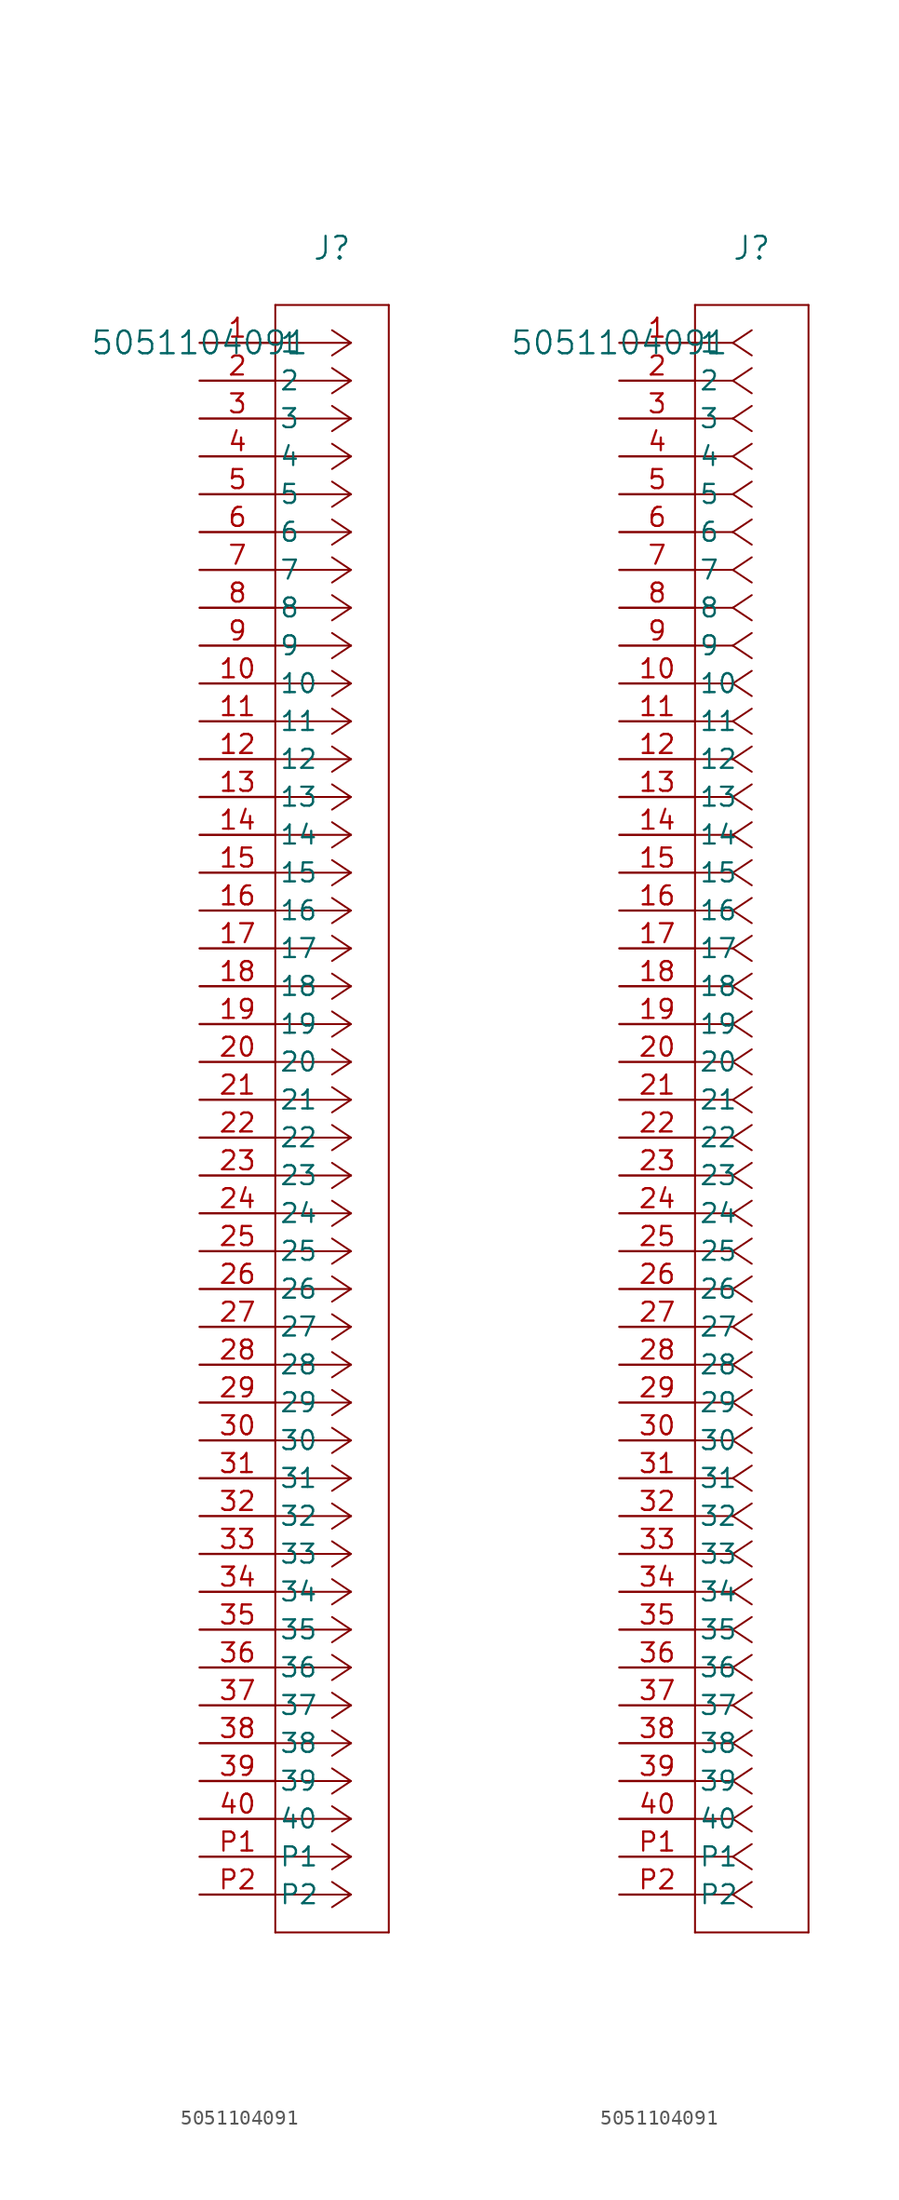
<source format=kicad_sym>
(kicad_symbol_lib
  (version 20211014)
  (generator kicad_symbol_editor)
  (symbol "5051104091"
    (pin_names
      (offset 0.254))
    (property "Reference" "J"
      (at 8.89 6.35 0)
      (effects (font (size 1.524 1.524))))
    (property "Value" "5051104091"
      (at 0 0 0)
      (effects (font (size 1.524 1.524))))
    (symbol "5051104091_1_1"
      (polyline (pts (xy 10.16 0) (xy 5.08 0)) (stroke (width 0.127) (type default) (color 0 0 0 0)) (fill (type none)))
      (polyline (pts (xy 10.16 -2.54) (xy 5.08 -2.54)) (stroke (width 0.127) (type default) (color 0 0 0 0)) (fill (type none)))
      (polyline (pts (xy 10.16 -5.08) (xy 5.08 -5.08)) (stroke (width 0.127) (type default) (color 0 0 0 0)) (fill (type none)))
      (polyline (pts (xy 10.16 -7.62) (xy 5.08 -7.62)) (stroke (width 0.127) (type default) (color 0 0 0 0)) (fill (type none)))
      (polyline (pts (xy 10.16 -10.16) (xy 5.08 -10.16)) (stroke (width 0.127) (type default) (color 0 0 0 0)) (fill (type none)))
      (polyline (pts (xy 10.16 -12.7) (xy 5.08 -12.7)) (stroke (width 0.127) (type default) (color 0 0 0 0)) (fill (type none)))
      (polyline (pts (xy 10.16 -15.24) (xy 5.08 -15.24)) (stroke (width 0.127) (type default) (color 0 0 0 0)) (fill (type none)))
      (polyline (pts (xy 10.16 -17.78) (xy 5.08 -17.78)) (stroke (width 0.127) (type default) (color 0 0 0 0)) (fill (type none)))
      (polyline (pts (xy 10.16 -20.32) (xy 5.08 -20.32)) (stroke (width 0.127) (type default) (color 0 0 0 0)) (fill (type none)))
      (polyline (pts (xy 10.16 -22.86) (xy 5.08 -22.86)) (stroke (width 0.127) (type default) (color 0 0 0 0)) (fill (type none)))
      (polyline (pts (xy 10.16 -25.4) (xy 5.08 -25.4)) (stroke (width 0.127) (type default) (color 0 0 0 0)) (fill (type none)))
      (polyline (pts (xy 10.16 -27.94) (xy 5.08 -27.94)) (stroke (width 0.127) (type default) (color 0 0 0 0)) (fill (type none)))
      (polyline (pts (xy 10.16 -30.48) (xy 5.08 -30.48)) (stroke (width 0.127) (type default) (color 0 0 0 0)) (fill (type none)))
      (polyline (pts (xy 10.16 -33.02) (xy 5.08 -33.02)) (stroke (width 0.127) (type default) (color 0 0 0 0)) (fill (type none)))
      (polyline (pts (xy 10.16 -35.56) (xy 5.08 -35.56)) (stroke (width 0.127) (type default) (color 0 0 0 0)) (fill (type none)))
      (polyline (pts (xy 10.16 -38.1) (xy 5.08 -38.1)) (stroke (width 0.127) (type default) (color 0 0 0 0)) (fill (type none)))
      (polyline (pts (xy 10.16 -40.64) (xy 5.08 -40.64)) (stroke (width 0.127) (type default) (color 0 0 0 0)) (fill (type none)))
      (polyline (pts (xy 10.16 -43.18) (xy 5.08 -43.18)) (stroke (width 0.127) (type default) (color 0 0 0 0)) (fill (type none)))
      (polyline (pts (xy 10.16 -45.72) (xy 5.08 -45.72)) (stroke (width 0.127) (type default) (color 0 0 0 0)) (fill (type none)))
      (polyline (pts (xy 10.16 -48.26) (xy 5.08 -48.26)) (stroke (width 0.127) (type default) (color 0 0 0 0)) (fill (type none)))
      (polyline (pts (xy 10.16 -50.8) (xy 5.08 -50.8)) (stroke (width 0.127) (type default) (color 0 0 0 0)) (fill (type none)))
      (polyline (pts (xy 10.16 -53.34) (xy 5.08 -53.34)) (stroke (width 0.127) (type default) (color 0 0 0 0)) (fill (type none)))
      (polyline (pts (xy 10.16 -55.88) (xy 5.08 -55.88)) (stroke (width 0.127) (type default) (color 0 0 0 0)) (fill (type none)))
      (polyline (pts (xy 10.16 -58.42) (xy 5.08 -58.42)) (stroke (width 0.127) (type default) (color 0 0 0 0)) (fill (type none)))
      (polyline (pts (xy 10.16 -60.96) (xy 5.08 -60.96)) (stroke (width 0.127) (type default) (color 0 0 0 0)) (fill (type none)))
      (polyline (pts (xy 10.16 -63.5) (xy 5.08 -63.5)) (stroke (width 0.127) (type default) (color 0 0 0 0)) (fill (type none)))
      (polyline (pts (xy 10.16 -66.04) (xy 5.08 -66.04)) (stroke (width 0.127) (type default) (color 0 0 0 0)) (fill (type none)))
      (polyline (pts (xy 10.16 -68.58) (xy 5.08 -68.58)) (stroke (width 0.127) (type default) (color 0 0 0 0)) (fill (type none)))
      (polyline (pts (xy 10.16 -71.12) (xy 5.08 -71.12)) (stroke (width 0.127) (type default) (color 0 0 0 0)) (fill (type none)))
      (polyline (pts (xy 10.16 -73.66) (xy 5.08 -73.66)) (stroke (width 0.127) (type default) (color 0 0 0 0)) (fill (type none)))
      (polyline (pts (xy 10.16 -76.2) (xy 5.08 -76.2)) (stroke (width 0.127) (type default) (color 0 0 0 0)) (fill (type none)))
      (polyline (pts (xy 10.16 -78.74) (xy 5.08 -78.74)) (stroke (width 0.127) (type default) (color 0 0 0 0)) (fill (type none)))
      (polyline (pts (xy 10.16 -81.28) (xy 5.08 -81.28)) (stroke (width 0.127) (type default) (color 0 0 0 0)) (fill (type none)))
      (polyline (pts (xy 10.16 -83.82) (xy 5.08 -83.82)) (stroke (width 0.127) (type default) (color 0 0 0 0)) (fill (type none)))
      (polyline (pts (xy 10.16 -86.36) (xy 5.08 -86.36)) (stroke (width 0.127) (type default) (color 0 0 0 0)) (fill (type none)))
      (polyline (pts (xy 10.16 -88.9) (xy 5.08 -88.9)) (stroke (width 0.127) (type default) (color 0 0 0 0)) (fill (type none)))
      (polyline (pts (xy 10.16 -91.44) (xy 5.08 -91.44)) (stroke (width 0.127) (type default) (color 0 0 0 0)) (fill (type none)))
      (polyline (pts (xy 10.16 -93.98) (xy 5.08 -93.98)) (stroke (width 0.127) (type default) (color 0 0 0 0)) (fill (type none)))
      (polyline (pts (xy 10.16 -96.52) (xy 5.08 -96.52)) (stroke (width 0.127) (type default) (color 0 0 0 0)) (fill (type none)))
      (polyline (pts (xy 10.16 -99.06) (xy 5.08 -99.06)) (stroke (width 0.127) (type default) (color 0 0 0 0)) (fill (type none)))
      (polyline (pts (xy 10.16 -101.6) (xy 5.08 -101.6)) (stroke (width 0.127) (type default) (color 0 0 0 0)) (fill (type none)))
      (polyline (pts (xy 10.16 -104.14) (xy 5.08 -104.14)) (stroke (width 0.127) (type default) (color 0 0 0 0)) (fill (type none)))
      (polyline (pts (xy 10.16 0) (xy 8.89 0.847)) (stroke (width 0.127) (type default) (color 0 0 0 0)) (fill (type none)))
      (polyline (pts (xy 10.16 -2.54) (xy 8.89 -1.693)) (stroke (width 0.127) (type default) (color 0 0 0 0)) (fill (type none)))
      (polyline (pts (xy 10.16 -5.08) (xy 8.89 -4.233)) (stroke (width 0.127) (type default) (color 0 0 0 0)) (fill (type none)))
      (polyline (pts (xy 10.16 -7.62) (xy 8.89 -6.773)) (stroke (width 0.127) (type default) (color 0 0 0 0)) (fill (type none)))
      (polyline (pts (xy 10.16 -10.16) (xy 8.89 -9.313)) (stroke (width 0.127) (type default) (color 0 0 0 0)) (fill (type none)))
      (polyline (pts (xy 10.16 -12.7) (xy 8.89 -11.853)) (stroke (width 0.127) (type default) (color 0 0 0 0)) (fill (type none)))
      (polyline (pts (xy 10.16 -15.24) (xy 8.89 -14.393)) (stroke (width 0.127) (type default) (color 0 0 0 0)) (fill (type none)))
      (polyline (pts (xy 10.16 -17.78) (xy 8.89 -16.933)) (stroke (width 0.127) (type default) (color 0 0 0 0)) (fill (type none)))
      (polyline (pts (xy 10.16 -20.32) (xy 8.89 -19.473)) (stroke (width 0.127) (type default) (color 0 0 0 0)) (fill (type none)))
      (polyline (pts (xy 10.16 -22.86) (xy 8.89 -22.013)) (stroke (width 0.127) (type default) (color 0 0 0 0)) (fill (type none)))
      (polyline (pts (xy 10.16 -25.4) (xy 8.89 -24.553)) (stroke (width 0.127) (type default) (color 0 0 0 0)) (fill (type none)))
      (polyline (pts (xy 10.16 -27.94) (xy 8.89 -27.093)) (stroke (width 0.127) (type default) (color 0 0 0 0)) (fill (type none)))
      (polyline (pts (xy 10.16 -30.48) (xy 8.89 -29.633)) (stroke (width 0.127) (type default) (color 0 0 0 0)) (fill (type none)))
      (polyline (pts (xy 10.16 -33.02) (xy 8.89 -32.173)) (stroke (width 0.127) (type default) (color 0 0 0 0)) (fill (type none)))
      (polyline (pts (xy 10.16 -35.56) (xy 8.89 -34.713)) (stroke (width 0.127) (type default) (color 0 0 0 0)) (fill (type none)))
      (polyline (pts (xy 10.16 -38.1) (xy 8.89 -37.253)) (stroke (width 0.127) (type default) (color 0 0 0 0)) (fill (type none)))
      (polyline (pts (xy 10.16 -40.64) (xy 8.89 -39.793)) (stroke (width 0.127) (type default) (color 0 0 0 0)) (fill (type none)))
      (polyline (pts (xy 10.16 -43.18) (xy 8.89 -42.333)) (stroke (width 0.127) (type default) (color 0 0 0 0)) (fill (type none)))
      (polyline (pts (xy 10.16 -45.72) (xy 8.89 -44.873)) (stroke (width 0.127) (type default) (color 0 0 0 0)) (fill (type none)))
      (polyline (pts (xy 10.16 -48.26) (xy 8.89 -47.413)) (stroke (width 0.127) (type default) (color 0 0 0 0)) (fill (type none)))
      (polyline (pts (xy 10.16 -50.8) (xy 8.89 -49.953)) (stroke (width 0.127) (type default) (color 0 0 0 0)) (fill (type none)))
      (polyline (pts (xy 10.16 -53.34) (xy 8.89 -52.493)) (stroke (width 0.127) (type default) (color 0 0 0 0)) (fill (type none)))
      (polyline (pts (xy 10.16 -55.88) (xy 8.89 -55.033)) (stroke (width 0.127) (type default) (color 0 0 0 0)) (fill (type none)))
      (polyline (pts (xy 10.16 -58.42) (xy 8.89 -57.573)) (stroke (width 0.127) (type default) (color 0 0 0 0)) (fill (type none)))
      (polyline (pts (xy 10.16 -60.96) (xy 8.89 -60.113)) (stroke (width 0.127) (type default) (color 0 0 0 0)) (fill (type none)))
      (polyline (pts (xy 10.16 -63.5) (xy 8.89 -62.653)) (stroke (width 0.127) (type default) (color 0 0 0 0)) (fill (type none)))
      (polyline (pts (xy 10.16 -66.04) (xy 8.89 -65.193)) (stroke (width 0.127) (type default) (color 0 0 0 0)) (fill (type none)))
      (polyline (pts (xy 10.16 -68.58) (xy 8.89 -67.733)) (stroke (width 0.127) (type default) (color 0 0 0 0)) (fill (type none)))
      (polyline (pts (xy 10.16 -71.12) (xy 8.89 -70.273)) (stroke (width 0.127) (type default) (color 0 0 0 0)) (fill (type none)))
      (polyline (pts (xy 10.16 -73.66) (xy 8.89 -72.813)) (stroke (width 0.127) (type default) (color 0 0 0 0)) (fill (type none)))
      (polyline (pts (xy 10.16 -76.2) (xy 8.89 -75.353)) (stroke (width 0.127) (type default) (color 0 0 0 0)) (fill (type none)))
      (polyline (pts (xy 10.16 -78.74) (xy 8.89 -77.893)) (stroke (width 0.127) (type default) (color 0 0 0 0)) (fill (type none)))
      (polyline (pts (xy 10.16 -81.28) (xy 8.89 -80.433)) (stroke (width 0.127) (type default) (color 0 0 0 0)) (fill (type none)))
      (polyline (pts (xy 10.16 -83.82) (xy 8.89 -82.973)) (stroke (width 0.127) (type default) (color 0 0 0 0)) (fill (type none)))
      (polyline (pts (xy 10.16 -86.36) (xy 8.89 -85.513)) (stroke (width 0.127) (type default) (color 0 0 0 0)) (fill (type none)))
      (polyline (pts (xy 10.16 -88.9) (xy 8.89 -88.053)) (stroke (width 0.127) (type default) (color 0 0 0 0)) (fill (type none)))
      (polyline (pts (xy 10.16 -91.44) (xy 8.89 -90.593)) (stroke (width 0.127) (type default) (color 0 0 0 0)) (fill (type none)))
      (polyline (pts (xy 10.16 -93.98) (xy 8.89 -93.133)) (stroke (width 0.127) (type default) (color 0 0 0 0)) (fill (type none)))
      (polyline (pts (xy 10.16 -96.52) (xy 8.89 -95.673)) (stroke (width 0.127) (type default) (color 0 0 0 0)) (fill (type none)))
      (polyline (pts (xy 10.16 -99.06) (xy 8.89 -98.213)) (stroke (width 0.127) (type default) (color 0 0 0 0)) (fill (type none)))
      (polyline (pts (xy 10.16 -101.6) (xy 8.89 -100.753)) (stroke (width 0.127) (type default) (color 0 0 0 0)) (fill (type none)))
      (polyline (pts (xy 10.16 -104.14) (xy 8.89 -103.293)) (stroke (width 0.127) (type default) (color 0 0 0 0)) (fill (type none)))
      (polyline (pts (xy 10.16 0) (xy 8.89 -0.847)) (stroke (width 0.127) (type default) (color 0 0 0 0)) (fill (type none)))
      (polyline (pts (xy 10.16 -2.54) (xy 8.89 -3.387)) (stroke (width 0.127) (type default) (color 0 0 0 0)) (fill (type none)))
      (polyline (pts (xy 10.16 -5.08) (xy 8.89 -5.927)) (stroke (width 0.127) (type default) (color 0 0 0 0)) (fill (type none)))
      (polyline (pts (xy 10.16 -7.62) (xy 8.89 -8.467)) (stroke (width 0.127) (type default) (color 0 0 0 0)) (fill (type none)))
      (polyline (pts (xy 10.16 -10.16) (xy 8.89 -11.007)) (stroke (width 0.127) (type default) (color 0 0 0 0)) (fill (type none)))
      (polyline (pts (xy 10.16 -12.7) (xy 8.89 -13.547)) (stroke (width 0.127) (type default) (color 0 0 0 0)) (fill (type none)))
      (polyline (pts (xy 10.16 -15.24) (xy 8.89 -16.087)) (stroke (width 0.127) (type default) (color 0 0 0 0)) (fill (type none)))
      (polyline (pts (xy 10.16 -17.78) (xy 8.89 -18.627)) (stroke (width 0.127) (type default) (color 0 0 0 0)) (fill (type none)))
      (polyline (pts (xy 10.16 -20.32) (xy 8.89 -21.167)) (stroke (width 0.127) (type default) (color 0 0 0 0)) (fill (type none)))
      (polyline (pts (xy 10.16 -22.86) (xy 8.89 -23.707)) (stroke (width 0.127) (type default) (color 0 0 0 0)) (fill (type none)))
      (polyline (pts (xy 10.16 -25.4) (xy 8.89 -26.247)) (stroke (width 0.127) (type default) (color 0 0 0 0)) (fill (type none)))
      (polyline (pts (xy 10.16 -27.94) (xy 8.89 -28.787)) (stroke (width 0.127) (type default) (color 0 0 0 0)) (fill (type none)))
      (polyline (pts (xy 10.16 -30.48) (xy 8.89 -31.327)) (stroke (width 0.127) (type default) (color 0 0 0 0)) (fill (type none)))
      (polyline (pts (xy 10.16 -33.02) (xy 8.89 -33.867)) (stroke (width 0.127) (type default) (color 0 0 0 0)) (fill (type none)))
      (polyline (pts (xy 10.16 -35.56) (xy 8.89 -36.407)) (stroke (width 0.127) (type default) (color 0 0 0 0)) (fill (type none)))
      (polyline (pts (xy 10.16 -38.1) (xy 8.89 -38.947)) (stroke (width 0.127) (type default) (color 0 0 0 0)) (fill (type none)))
      (polyline (pts (xy 10.16 -40.64) (xy 8.89 -41.487)) (stroke (width 0.127) (type default) (color 0 0 0 0)) (fill (type none)))
      (polyline (pts (xy 10.16 -43.18) (xy 8.89 -44.027)) (stroke (width 0.127) (type default) (color 0 0 0 0)) (fill (type none)))
      (polyline (pts (xy 10.16 -45.72) (xy 8.89 -46.567)) (stroke (width 0.127) (type default) (color 0 0 0 0)) (fill (type none)))
      (polyline (pts (xy 10.16 -48.26) (xy 8.89 -49.107)) (stroke (width 0.127) (type default) (color 0 0 0 0)) (fill (type none)))
      (polyline (pts (xy 10.16 -50.8) (xy 8.89 -51.647)) (stroke (width 0.127) (type default) (color 0 0 0 0)) (fill (type none)))
      (polyline (pts (xy 10.16 -53.34) (xy 8.89 -54.187)) (stroke (width 0.127) (type default) (color 0 0 0 0)) (fill (type none)))
      (polyline (pts (xy 10.16 -55.88) (xy 8.89 -56.727)) (stroke (width 0.127) (type default) (color 0 0 0 0)) (fill (type none)))
      (polyline (pts (xy 10.16 -58.42) (xy 8.89 -59.267)) (stroke (width 0.127) (type default) (color 0 0 0 0)) (fill (type none)))
      (polyline (pts (xy 10.16 -60.96) (xy 8.89 -61.807)) (stroke (width 0.127) (type default) (color 0 0 0 0)) (fill (type none)))
      (polyline (pts (xy 10.16 -63.5) (xy 8.89 -64.347)) (stroke (width 0.127) (type default) (color 0 0 0 0)) (fill (type none)))
      (polyline (pts (xy 10.16 -66.04) (xy 8.89 -66.887)) (stroke (width 0.127) (type default) (color 0 0 0 0)) (fill (type none)))
      (polyline (pts (xy 10.16 -68.58) (xy 8.89 -69.427)) (stroke (width 0.127) (type default) (color 0 0 0 0)) (fill (type none)))
      (polyline (pts (xy 10.16 -71.12) (xy 8.89 -71.967)) (stroke (width 0.127) (type default) (color 0 0 0 0)) (fill (type none)))
      (polyline (pts (xy 10.16 -73.66) (xy 8.89 -74.507)) (stroke (width 0.127) (type default) (color 0 0 0 0)) (fill (type none)))
      (polyline (pts (xy 10.16 -76.2) (xy 8.89 -77.047)) (stroke (width 0.127) (type default) (color 0 0 0 0)) (fill (type none)))
      (polyline (pts (xy 10.16 -78.74) (xy 8.89 -79.587)) (stroke (width 0.127) (type default) (color 0 0 0 0)) (fill (type none)))
      (polyline (pts (xy 10.16 -81.28) (xy 8.89 -82.127)) (stroke (width 0.127) (type default) (color 0 0 0 0)) (fill (type none)))
      (polyline (pts (xy 10.16 -83.82) (xy 8.89 -84.667)) (stroke (width 0.127) (type default) (color 0 0 0 0)) (fill (type none)))
      (polyline (pts (xy 10.16 -86.36) (xy 8.89 -87.207)) (stroke (width 0.127) (type default) (color 0 0 0 0)) (fill (type none)))
      (polyline (pts (xy 10.16 -88.9) (xy 8.89 -89.747)) (stroke (width 0.127) (type default) (color 0 0 0 0)) (fill (type none)))
      (polyline (pts (xy 10.16 -91.44) (xy 8.89 -92.287)) (stroke (width 0.127) (type default) (color 0 0 0 0)) (fill (type none)))
      (polyline (pts (xy 10.16 -93.98) (xy 8.89 -94.827)) (stroke (width 0.127) (type default) (color 0 0 0 0)) (fill (type none)))
      (polyline (pts (xy 10.16 -96.52) (xy 8.89 -97.367)) (stroke (width 0.127) (type default) (color 0 0 0 0)) (fill (type none)))
      (polyline (pts (xy 10.16 -99.06) (xy 8.89 -99.907)) (stroke (width 0.127) (type default) (color 0 0 0 0)) (fill (type none)))
      (polyline (pts (xy 10.16 -101.6) (xy 8.89 -102.447)) (stroke (width 0.127) (type default) (color 0 0 0 0)) (fill (type none)))
      (polyline (pts (xy 10.16 -104.14) (xy 8.89 -104.987)) (stroke (width 0.127) (type default) (color 0 0 0 0)) (fill (type none)))
      (polyline (pts (xy 5.08 2.54) (xy 5.08 -106.68)) (stroke (width 0.127) (type default) (color 0 0 0 0)) (fill (type none)))
      (polyline (pts (xy 5.08 -106.68) (xy 12.7 -106.68)) (stroke (width 0.127) (type default) (color 0 0 0 0)) (fill (type none)))
      (polyline (pts (xy 12.7 -106.68) (xy 12.7 2.54)) (stroke (width 0.127) (type default) (color 0 0 0 0)) (fill (type none)))
      (polyline (pts (xy 12.7 2.54) (xy 5.08 2.54)) (stroke (width 0.127) (type default) (color 0 0 0 0)) (fill (type none)))
      (pin unspecified line (at 0 0 0) (length 5.08) (name "1" (effects (font (size 1.27 1.27)))) (number "1" (effects (font (size 1.27 1.27)))))
      (pin unspecified line (at 0 -2.54 0) (length 5.08) (name "2" (effects (font (size 1.27 1.27)))) (number "2" (effects (font (size 1.27 1.27)))))
      (pin unspecified line (at 0 -5.08 0) (length 5.08) (name "3" (effects (font (size 1.27 1.27)))) (number "3" (effects (font (size 1.27 1.27)))))
      (pin unspecified line (at 0 -7.62 0) (length 5.08) (name "4" (effects (font (size 1.27 1.27)))) (number "4" (effects (font (size 1.27 1.27)))))
      (pin unspecified line (at 0 -10.16 0) (length 5.08) (name "5" (effects (font (size 1.27 1.27)))) (number "5" (effects (font (size 1.27 1.27)))))
      (pin unspecified line (at 0 -12.7 0) (length 5.08) (name "6" (effects (font (size 1.27 1.27)))) (number "6" (effects (font (size 1.27 1.27)))))
      (pin unspecified line (at 0 -15.24 0) (length 5.08) (name "7" (effects (font (size 1.27 1.27)))) (number "7" (effects (font (size 1.27 1.27)))))
      (pin unspecified line (at 0 -17.78 0) (length 5.08) (name "8" (effects (font (size 1.27 1.27)))) (number "8" (effects (font (size 1.27 1.27)))))
      (pin unspecified line (at 0 -20.32 0) (length 5.08) (name "9" (effects (font (size 1.27 1.27)))) (number "9" (effects (font (size 1.27 1.27)))))
      (pin unspecified line (at 0 -22.86 0) (length 5.08) (name "10" (effects (font (size 1.27 1.27)))) (number "10" (effects (font (size 1.27 1.27)))))
      (pin unspecified line (at 0 -25.4 0) (length 5.08) (name "11" (effects (font (size 1.27 1.27)))) (number "11" (effects (font (size 1.27 1.27)))))
      (pin unspecified line (at 0 -27.94 0) (length 5.08) (name "12" (effects (font (size 1.27 1.27)))) (number "12" (effects (font (size 1.27 1.27)))))
      (pin unspecified line (at 0 -30.48 0) (length 5.08) (name "13" (effects (font (size 1.27 1.27)))) (number "13" (effects (font (size 1.27 1.27)))))
      (pin unspecified line (at 0 -33.02 0) (length 5.08) (name "14" (effects (font (size 1.27 1.27)))) (number "14" (effects (font (size 1.27 1.27)))))
      (pin unspecified line (at 0 -35.56 0) (length 5.08) (name "15" (effects (font (size 1.27 1.27)))) (number "15" (effects (font (size 1.27 1.27)))))
      (pin unspecified line (at 0 -38.1 0) (length 5.08) (name "16" (effects (font (size 1.27 1.27)))) (number "16" (effects (font (size 1.27 1.27)))))
      (pin unspecified line (at 0 -40.64 0) (length 5.08) (name "17" (effects (font (size 1.27 1.27)))) (number "17" (effects (font (size 1.27 1.27)))))
      (pin unspecified line (at 0 -43.18 0) (length 5.08) (name "18" (effects (font (size 1.27 1.27)))) (number "18" (effects (font (size 1.27 1.27)))))
      (pin unspecified line (at 0 -45.72 0) (length 5.08) (name "19" (effects (font (size 1.27 1.27)))) (number "19" (effects (font (size 1.27 1.27)))))
      (pin unspecified line (at 0 -48.26 0) (length 5.08) (name "20" (effects (font (size 1.27 1.27)))) (number "20" (effects (font (size 1.27 1.27)))))
      (pin unspecified line (at 0 -50.8 0) (length 5.08) (name "21" (effects (font (size 1.27 1.27)))) (number "21" (effects (font (size 1.27 1.27)))))
      (pin unspecified line (at 0 -53.34 0) (length 5.08) (name "22" (effects (font (size 1.27 1.27)))) (number "22" (effects (font (size 1.27 1.27)))))
      (pin unspecified line (at 0 -55.88 0) (length 5.08) (name "23" (effects (font (size 1.27 1.27)))) (number "23" (effects (font (size 1.27 1.27)))))
      (pin unspecified line (at 0 -58.42 0) (length 5.08) (name "24" (effects (font (size 1.27 1.27)))) (number "24" (effects (font (size 1.27 1.27)))))
      (pin unspecified line (at 0 -60.96 0) (length 5.08) (name "25" (effects (font (size 1.27 1.27)))) (number "25" (effects (font (size 1.27 1.27)))))
      (pin unspecified line (at 0 -63.5 0) (length 5.08) (name "26" (effects (font (size 1.27 1.27)))) (number "26" (effects (font (size 1.27 1.27)))))
      (pin unspecified line (at 0 -66.04 0) (length 5.08) (name "27" (effects (font (size 1.27 1.27)))) (number "27" (effects (font (size 1.27 1.27)))))
      (pin unspecified line (at 0 -68.58 0) (length 5.08) (name "28" (effects (font (size 1.27 1.27)))) (number "28" (effects (font (size 1.27 1.27)))))
      (pin unspecified line (at 0 -71.12 0) (length 5.08) (name "29" (effects (font (size 1.27 1.27)))) (number "29" (effects (font (size 1.27 1.27)))))
      (pin unspecified line (at 0 -73.66 0) (length 5.08) (name "30" (effects (font (size 1.27 1.27)))) (number "30" (effects (font (size 1.27 1.27)))))
      (pin unspecified line (at 0 -76.2 0) (length 5.08) (name "31" (effects (font (size 1.27 1.27)))) (number "31" (effects (font (size 1.27 1.27)))))
      (pin unspecified line (at 0 -78.74 0) (length 5.08) (name "32" (effects (font (size 1.27 1.27)))) (number "32" (effects (font (size 1.27 1.27)))))
      (pin unspecified line (at 0 -81.28 0) (length 5.08) (name "33" (effects (font (size 1.27 1.27)))) (number "33" (effects (font (size 1.27 1.27)))))
      (pin unspecified line (at 0 -83.82 0) (length 5.08) (name "34" (effects (font (size 1.27 1.27)))) (number "34" (effects (font (size 1.27 1.27)))))
      (pin unspecified line (at 0 -86.36 0) (length 5.08) (name "35" (effects (font (size 1.27 1.27)))) (number "35" (effects (font (size 1.27 1.27)))))
      (pin unspecified line (at 0 -88.9 0) (length 5.08) (name "36" (effects (font (size 1.27 1.27)))) (number "36" (effects (font (size 1.27 1.27)))))
      (pin unspecified line (at 0 -91.44 0) (length 5.08) (name "37" (effects (font (size 1.27 1.27)))) (number "37" (effects (font (size 1.27 1.27)))))
      (pin unspecified line (at 0 -93.98 0) (length 5.08) (name "38" (effects (font (size 1.27 1.27)))) (number "38" (effects (font (size 1.27 1.27)))))
      (pin unspecified line (at 0 -96.52 0) (length 5.08) (name "39" (effects (font (size 1.27 1.27)))) (number "39" (effects (font (size 1.27 1.27)))))
      (pin unspecified line (at 0 -99.06 0) (length 5.08) (name "40" (effects (font (size 1.27 1.27)))) (number "40" (effects (font (size 1.27 1.27)))))
      (pin unspecified line (at 0 -101.6 0) (length 5.08) (name "P1" (effects (font (size 1.27 1.27)))) (number "P1" (effects (font (size 1.27 1.27)))))
      (pin unspecified line (at 0 -104.14 0) (length 5.08) (name "P2" (effects (font (size 1.27 1.27)))) (number "P2" (effects (font (size 1.27 1.27))))))
    (symbol "5051104091_1_2"
      (polyline (pts (xy 7.62 0) (xy 5.08 0)) (stroke (width 0.127) (type default) (color 0 0 0 0)) (fill (type none)))
      (polyline (pts (xy 7.62 -2.54) (xy 5.08 -2.54)) (stroke (width 0.127) (type default) (color 0 0 0 0)) (fill (type none)))
      (polyline (pts (xy 7.62 -5.08) (xy 5.08 -5.08)) (stroke (width 0.127) (type default) (color 0 0 0 0)) (fill (type none)))
      (polyline (pts (xy 7.62 -7.62) (xy 5.08 -7.62)) (stroke (width 0.127) (type default) (color 0 0 0 0)) (fill (type none)))
      (polyline (pts (xy 7.62 -10.16) (xy 5.08 -10.16)) (stroke (width 0.127) (type default) (color 0 0 0 0)) (fill (type none)))
      (polyline (pts (xy 7.62 -12.7) (xy 5.08 -12.7)) (stroke (width 0.127) (type default) (color 0 0 0 0)) (fill (type none)))
      (polyline (pts (xy 7.62 -15.24) (xy 5.08 -15.24)) (stroke (width 0.127) (type default) (color 0 0 0 0)) (fill (type none)))
      (polyline (pts (xy 7.62 -17.78) (xy 5.08 -17.78)) (stroke (width 0.127) (type default) (color 0 0 0 0)) (fill (type none)))
      (polyline (pts (xy 7.62 -20.32) (xy 5.08 -20.32)) (stroke (width 0.127) (type default) (color 0 0 0 0)) (fill (type none)))
      (polyline (pts (xy 7.62 -22.86) (xy 5.08 -22.86)) (stroke (width 0.127) (type default) (color 0 0 0 0)) (fill (type none)))
      (polyline (pts (xy 7.62 -25.4) (xy 5.08 -25.4)) (stroke (width 0.127) (type default) (color 0 0 0 0)) (fill (type none)))
      (polyline (pts (xy 7.62 -27.94) (xy 5.08 -27.94)) (stroke (width 0.127) (type default) (color 0 0 0 0)) (fill (type none)))
      (polyline (pts (xy 7.62 -30.48) (xy 5.08 -30.48)) (stroke (width 0.127) (type default) (color 0 0 0 0)) (fill (type none)))
      (polyline (pts (xy 7.62 -33.02) (xy 5.08 -33.02)) (stroke (width 0.127) (type default) (color 0 0 0 0)) (fill (type none)))
      (polyline (pts (xy 7.62 -35.56) (xy 5.08 -35.56)) (stroke (width 0.127) (type default) (color 0 0 0 0)) (fill (type none)))
      (polyline (pts (xy 7.62 -38.1) (xy 5.08 -38.1)) (stroke (width 0.127) (type default) (color 0 0 0 0)) (fill (type none)))
      (polyline (pts (xy 7.62 -40.64) (xy 5.08 -40.64)) (stroke (width 0.127) (type default) (color 0 0 0 0)) (fill (type none)))
      (polyline (pts (xy 7.62 -43.18) (xy 5.08 -43.18)) (stroke (width 0.127) (type default) (color 0 0 0 0)) (fill (type none)))
      (polyline (pts (xy 7.62 -45.72) (xy 5.08 -45.72)) (stroke (width 0.127) (type default) (color 0 0 0 0)) (fill (type none)))
      (polyline (pts (xy 7.62 -48.26) (xy 5.08 -48.26)) (stroke (width 0.127) (type default) (color 0 0 0 0)) (fill (type none)))
      (polyline (pts (xy 7.62 -50.8) (xy 5.08 -50.8)) (stroke (width 0.127) (type default) (color 0 0 0 0)) (fill (type none)))
      (polyline (pts (xy 7.62 -53.34) (xy 5.08 -53.34)) (stroke (width 0.127) (type default) (color 0 0 0 0)) (fill (type none)))
      (polyline (pts (xy 7.62 -55.88) (xy 5.08 -55.88)) (stroke (width 0.127) (type default) (color 0 0 0 0)) (fill (type none)))
      (polyline (pts (xy 7.62 -58.42) (xy 5.08 -58.42)) (stroke (width 0.127) (type default) (color 0 0 0 0)) (fill (type none)))
      (polyline (pts (xy 7.62 -60.96) (xy 5.08 -60.96)) (stroke (width 0.127) (type default) (color 0 0 0 0)) (fill (type none)))
      (polyline (pts (xy 7.62 -63.5) (xy 5.08 -63.5)) (stroke (width 0.127) (type default) (color 0 0 0 0)) (fill (type none)))
      (polyline (pts (xy 7.62 -66.04) (xy 5.08 -66.04)) (stroke (width 0.127) (type default) (color 0 0 0 0)) (fill (type none)))
      (polyline (pts (xy 7.62 -68.58) (xy 5.08 -68.58)) (stroke (width 0.127) (type default) (color 0 0 0 0)) (fill (type none)))
      (polyline (pts (xy 7.62 -71.12) (xy 5.08 -71.12)) (stroke (width 0.127) (type default) (color 0 0 0 0)) (fill (type none)))
      (polyline (pts (xy 7.62 -73.66) (xy 5.08 -73.66)) (stroke (width 0.127) (type default) (color 0 0 0 0)) (fill (type none)))
      (polyline (pts (xy 7.62 -76.2) (xy 5.08 -76.2)) (stroke (width 0.127) (type default) (color 0 0 0 0)) (fill (type none)))
      (polyline (pts (xy 7.62 -78.74) (xy 5.08 -78.74)) (stroke (width 0.127) (type default) (color 0 0 0 0)) (fill (type none)))
      (polyline (pts (xy 7.62 -81.28) (xy 5.08 -81.28)) (stroke (width 0.127) (type default) (color 0 0 0 0)) (fill (type none)))
      (polyline (pts (xy 7.62 -83.82) (xy 5.08 -83.82)) (stroke (width 0.127) (type default) (color 0 0 0 0)) (fill (type none)))
      (polyline (pts (xy 7.62 -86.36) (xy 5.08 -86.36)) (stroke (width 0.127) (type default) (color 0 0 0 0)) (fill (type none)))
      (polyline (pts (xy 7.62 -88.9) (xy 5.08 -88.9)) (stroke (width 0.127) (type default) (color 0 0 0 0)) (fill (type none)))
      (polyline (pts (xy 7.62 -91.44) (xy 5.08 -91.44)) (stroke (width 0.127) (type default) (color 0 0 0 0)) (fill (type none)))
      (polyline (pts (xy 7.62 -93.98) (xy 5.08 -93.98)) (stroke (width 0.127) (type default) (color 0 0 0 0)) (fill (type none)))
      (polyline (pts (xy 7.62 -96.52) (xy 5.08 -96.52)) (stroke (width 0.127) (type default) (color 0 0 0 0)) (fill (type none)))
      (polyline (pts (xy 7.62 -99.06) (xy 5.08 -99.06)) (stroke (width 0.127) (type default) (color 0 0 0 0)) (fill (type none)))
      (polyline (pts (xy 7.62 -101.6) (xy 5.08 -101.6)) (stroke (width 0.127) (type default) (color 0 0 0 0)) (fill (type none)))
      (polyline (pts (xy 7.62 -104.14) (xy 5.08 -104.14)) (stroke (width 0.127) (type default) (color 0 0 0 0)) (fill (type none)))
      (polyline (pts (xy 7.62 0) (xy 8.89 0.847)) (stroke (width 0.127) (type default) (color 0 0 0 0)) (fill (type none)))
      (polyline (pts (xy 7.62 -2.54) (xy 8.89 -1.693)) (stroke (width 0.127) (type default) (color 0 0 0 0)) (fill (type none)))
      (polyline (pts (xy 7.62 -5.08) (xy 8.89 -4.233)) (stroke (width 0.127) (type default) (color 0 0 0 0)) (fill (type none)))
      (polyline (pts (xy 7.62 -7.62) (xy 8.89 -6.773)) (stroke (width 0.127) (type default) (color 0 0 0 0)) (fill (type none)))
      (polyline (pts (xy 7.62 -10.16) (xy 8.89 -9.313)) (stroke (width 0.127) (type default) (color 0 0 0 0)) (fill (type none)))
      (polyline (pts (xy 7.62 -12.7) (xy 8.89 -11.853)) (stroke (width 0.127) (type default) (color 0 0 0 0)) (fill (type none)))
      (polyline (pts (xy 7.62 -15.24) (xy 8.89 -14.393)) (stroke (width 0.127) (type default) (color 0 0 0 0)) (fill (type none)))
      (polyline (pts (xy 7.62 -17.78) (xy 8.89 -16.933)) (stroke (width 0.127) (type default) (color 0 0 0 0)) (fill (type none)))
      (polyline (pts (xy 7.62 -20.32) (xy 8.89 -19.473)) (stroke (width 0.127) (type default) (color 0 0 0 0)) (fill (type none)))
      (polyline (pts (xy 7.62 -22.86) (xy 8.89 -22.013)) (stroke (width 0.127) (type default) (color 0 0 0 0)) (fill (type none)))
      (polyline (pts (xy 7.62 -25.4) (xy 8.89 -24.553)) (stroke (width 0.127) (type default) (color 0 0 0 0)) (fill (type none)))
      (polyline (pts (xy 7.62 -27.94) (xy 8.89 -27.093)) (stroke (width 0.127) (type default) (color 0 0 0 0)) (fill (type none)))
      (polyline (pts (xy 7.62 -30.48) (xy 8.89 -29.633)) (stroke (width 0.127) (type default) (color 0 0 0 0)) (fill (type none)))
      (polyline (pts (xy 7.62 -33.02) (xy 8.89 -32.173)) (stroke (width 0.127) (type default) (color 0 0 0 0)) (fill (type none)))
      (polyline (pts (xy 7.62 -35.56) (xy 8.89 -34.713)) (stroke (width 0.127) (type default) (color 0 0 0 0)) (fill (type none)))
      (polyline (pts (xy 7.62 -38.1) (xy 8.89 -37.253)) (stroke (width 0.127) (type default) (color 0 0 0 0)) (fill (type none)))
      (polyline (pts (xy 7.62 -40.64) (xy 8.89 -39.793)) (stroke (width 0.127) (type default) (color 0 0 0 0)) (fill (type none)))
      (polyline (pts (xy 7.62 -43.18) (xy 8.89 -42.333)) (stroke (width 0.127) (type default) (color 0 0 0 0)) (fill (type none)))
      (polyline (pts (xy 7.62 -45.72) (xy 8.89 -44.873)) (stroke (width 0.127) (type default) (color 0 0 0 0)) (fill (type none)))
      (polyline (pts (xy 7.62 -48.26) (xy 8.89 -47.413)) (stroke (width 0.127) (type default) (color 0 0 0 0)) (fill (type none)))
      (polyline (pts (xy 7.62 -50.8) (xy 8.89 -49.953)) (stroke (width 0.127) (type default) (color 0 0 0 0)) (fill (type none)))
      (polyline (pts (xy 7.62 -53.34) (xy 8.89 -52.493)) (stroke (width 0.127) (type default) (color 0 0 0 0)) (fill (type none)))
      (polyline (pts (xy 7.62 -55.88) (xy 8.89 -55.033)) (stroke (width 0.127) (type default) (color 0 0 0 0)) (fill (type none)))
      (polyline (pts (xy 7.62 -58.42) (xy 8.89 -57.573)) (stroke (width 0.127) (type default) (color 0 0 0 0)) (fill (type none)))
      (polyline (pts (xy 7.62 -60.96) (xy 8.89 -60.113)) (stroke (width 0.127) (type default) (color 0 0 0 0)) (fill (type none)))
      (polyline (pts (xy 7.62 -63.5) (xy 8.89 -62.653)) (stroke (width 0.127) (type default) (color 0 0 0 0)) (fill (type none)))
      (polyline (pts (xy 7.62 -66.04) (xy 8.89 -65.193)) (stroke (width 0.127) (type default) (color 0 0 0 0)) (fill (type none)))
      (polyline (pts (xy 7.62 -68.58) (xy 8.89 -67.733)) (stroke (width 0.127) (type default) (color 0 0 0 0)) (fill (type none)))
      (polyline (pts (xy 7.62 -71.12) (xy 8.89 -70.273)) (stroke (width 0.127) (type default) (color 0 0 0 0)) (fill (type none)))
      (polyline (pts (xy 7.62 -73.66) (xy 8.89 -72.813)) (stroke (width 0.127) (type default) (color 0 0 0 0)) (fill (type none)))
      (polyline (pts (xy 7.62 -76.2) (xy 8.89 -75.353)) (stroke (width 0.127) (type default) (color 0 0 0 0)) (fill (type none)))
      (polyline (pts (xy 7.62 -78.74) (xy 8.89 -77.893)) (stroke (width 0.127) (type default) (color 0 0 0 0)) (fill (type none)))
      (polyline (pts (xy 7.62 -81.28) (xy 8.89 -80.433)) (stroke (width 0.127) (type default) (color 0 0 0 0)) (fill (type none)))
      (polyline (pts (xy 7.62 -83.82) (xy 8.89 -82.973)) (stroke (width 0.127) (type default) (color 0 0 0 0)) (fill (type none)))
      (polyline (pts (xy 7.62 -86.36) (xy 8.89 -85.513)) (stroke (width 0.127) (type default) (color 0 0 0 0)) (fill (type none)))
      (polyline (pts (xy 7.62 -88.9) (xy 8.89 -88.053)) (stroke (width 0.127) (type default) (color 0 0 0 0)) (fill (type none)))
      (polyline (pts (xy 7.62 -91.44) (xy 8.89 -90.593)) (stroke (width 0.127) (type default) (color 0 0 0 0)) (fill (type none)))
      (polyline (pts (xy 7.62 -93.98) (xy 8.89 -93.133)) (stroke (width 0.127) (type default) (color 0 0 0 0)) (fill (type none)))
      (polyline (pts (xy 7.62 -96.52) (xy 8.89 -95.673)) (stroke (width 0.127) (type default) (color 0 0 0 0)) (fill (type none)))
      (polyline (pts (xy 7.62 -99.06) (xy 8.89 -98.213)) (stroke (width 0.127) (type default) (color 0 0 0 0)) (fill (type none)))
      (polyline (pts (xy 7.62 -101.6) (xy 8.89 -100.753)) (stroke (width 0.127) (type default) (color 0 0 0 0)) (fill (type none)))
      (polyline (pts (xy 7.62 -104.14) (xy 8.89 -103.293)) (stroke (width 0.127) (type default) (color 0 0 0 0)) (fill (type none)))
      (polyline (pts (xy 7.62 0) (xy 8.89 -0.847)) (stroke (width 0.127) (type default) (color 0 0 0 0)) (fill (type none)))
      (polyline (pts (xy 7.62 -2.54) (xy 8.89 -3.387)) (stroke (width 0.127) (type default) (color 0 0 0 0)) (fill (type none)))
      (polyline (pts (xy 7.62 -5.08) (xy 8.89 -5.927)) (stroke (width 0.127) (type default) (color 0 0 0 0)) (fill (type none)))
      (polyline (pts (xy 7.62 -7.62) (xy 8.89 -8.467)) (stroke (width 0.127) (type default) (color 0 0 0 0)) (fill (type none)))
      (polyline (pts (xy 7.62 -10.16) (xy 8.89 -11.007)) (stroke (width 0.127) (type default) (color 0 0 0 0)) (fill (type none)))
      (polyline (pts (xy 7.62 -12.7) (xy 8.89 -13.547)) (stroke (width 0.127) (type default) (color 0 0 0 0)) (fill (type none)))
      (polyline (pts (xy 7.62 -15.24) (xy 8.89 -16.087)) (stroke (width 0.127) (type default) (color 0 0 0 0)) (fill (type none)))
      (polyline (pts (xy 7.62 -17.78) (xy 8.89 -18.627)) (stroke (width 0.127) (type default) (color 0 0 0 0)) (fill (type none)))
      (polyline (pts (xy 7.62 -20.32) (xy 8.89 -21.167)) (stroke (width 0.127) (type default) (color 0 0 0 0)) (fill (type none)))
      (polyline (pts (xy 7.62 -22.86) (xy 8.89 -23.707)) (stroke (width 0.127) (type default) (color 0 0 0 0)) (fill (type none)))
      (polyline (pts (xy 7.62 -25.4) (xy 8.89 -26.247)) (stroke (width 0.127) (type default) (color 0 0 0 0)) (fill (type none)))
      (polyline (pts (xy 7.62 -27.94) (xy 8.89 -28.787)) (stroke (width 0.127) (type default) (color 0 0 0 0)) (fill (type none)))
      (polyline (pts (xy 7.62 -30.48) (xy 8.89 -31.327)) (stroke (width 0.127) (type default) (color 0 0 0 0)) (fill (type none)))
      (polyline (pts (xy 7.62 -33.02) (xy 8.89 -33.867)) (stroke (width 0.127) (type default) (color 0 0 0 0)) (fill (type none)))
      (polyline (pts (xy 7.62 -35.56) (xy 8.89 -36.407)) (stroke (width 0.127) (type default) (color 0 0 0 0)) (fill (type none)))
      (polyline (pts (xy 7.62 -38.1) (xy 8.89 -38.947)) (stroke (width 0.127) (type default) (color 0 0 0 0)) (fill (type none)))
      (polyline (pts (xy 7.62 -40.64) (xy 8.89 -41.487)) (stroke (width 0.127) (type default) (color 0 0 0 0)) (fill (type none)))
      (polyline (pts (xy 7.62 -43.18) (xy 8.89 -44.027)) (stroke (width 0.127) (type default) (color 0 0 0 0)) (fill (type none)))
      (polyline (pts (xy 7.62 -45.72) (xy 8.89 -46.567)) (stroke (width 0.127) (type default) (color 0 0 0 0)) (fill (type none)))
      (polyline (pts (xy 7.62 -48.26) (xy 8.89 -49.107)) (stroke (width 0.127) (type default) (color 0 0 0 0)) (fill (type none)))
      (polyline (pts (xy 7.62 -50.8) (xy 8.89 -51.647)) (stroke (width 0.127) (type default) (color 0 0 0 0)) (fill (type none)))
      (polyline (pts (xy 7.62 -53.34) (xy 8.89 -54.187)) (stroke (width 0.127) (type default) (color 0 0 0 0)) (fill (type none)))
      (polyline (pts (xy 7.62 -55.88) (xy 8.89 -56.727)) (stroke (width 0.127) (type default) (color 0 0 0 0)) (fill (type none)))
      (polyline (pts (xy 7.62 -58.42) (xy 8.89 -59.267)) (stroke (width 0.127) (type default) (color 0 0 0 0)) (fill (type none)))
      (polyline (pts (xy 7.62 -60.96) (xy 8.89 -61.807)) (stroke (width 0.127) (type default) (color 0 0 0 0)) (fill (type none)))
      (polyline (pts (xy 7.62 -63.5) (xy 8.89 -64.347)) (stroke (width 0.127) (type default) (color 0 0 0 0)) (fill (type none)))
      (polyline (pts (xy 7.62 -66.04) (xy 8.89 -66.887)) (stroke (width 0.127) (type default) (color 0 0 0 0)) (fill (type none)))
      (polyline (pts (xy 7.62 -68.58) (xy 8.89 -69.427)) (stroke (width 0.127) (type default) (color 0 0 0 0)) (fill (type none)))
      (polyline (pts (xy 7.62 -71.12) (xy 8.89 -71.967)) (stroke (width 0.127) (type default) (color 0 0 0 0)) (fill (type none)))
      (polyline (pts (xy 7.62 -73.66) (xy 8.89 -74.507)) (stroke (width 0.127) (type default) (color 0 0 0 0)) (fill (type none)))
      (polyline (pts (xy 7.62 -76.2) (xy 8.89 -77.047)) (stroke (width 0.127) (type default) (color 0 0 0 0)) (fill (type none)))
      (polyline (pts (xy 7.62 -78.74) (xy 8.89 -79.587)) (stroke (width 0.127) (type default) (color 0 0 0 0)) (fill (type none)))
      (polyline (pts (xy 7.62 -81.28) (xy 8.89 -82.127)) (stroke (width 0.127) (type default) (color 0 0 0 0)) (fill (type none)))
      (polyline (pts (xy 7.62 -83.82) (xy 8.89 -84.667)) (stroke (width 0.127) (type default) (color 0 0 0 0)) (fill (type none)))
      (polyline (pts (xy 7.62 -86.36) (xy 8.89 -87.207)) (stroke (width 0.127) (type default) (color 0 0 0 0)) (fill (type none)))
      (polyline (pts (xy 7.62 -88.9) (xy 8.89 -89.747)) (stroke (width 0.127) (type default) (color 0 0 0 0)) (fill (type none)))
      (polyline (pts (xy 7.62 -91.44) (xy 8.89 -92.287)) (stroke (width 0.127) (type default) (color 0 0 0 0)) (fill (type none)))
      (polyline (pts (xy 7.62 -93.98) (xy 8.89 -94.827)) (stroke (width 0.127) (type default) (color 0 0 0 0)) (fill (type none)))
      (polyline (pts (xy 7.62 -96.52) (xy 8.89 -97.367)) (stroke (width 0.127) (type default) (color 0 0 0 0)) (fill (type none)))
      (polyline (pts (xy 7.62 -99.06) (xy 8.89 -99.907)) (stroke (width 0.127) (type default) (color 0 0 0 0)) (fill (type none)))
      (polyline (pts (xy 7.62 -101.6) (xy 8.89 -102.447)) (stroke (width 0.127) (type default) (color 0 0 0 0)) (fill (type none)))
      (polyline (pts (xy 7.62 -104.14) (xy 8.89 -104.987)) (stroke (width 0.127) (type default) (color 0 0 0 0)) (fill (type none)))
      (polyline (pts (xy 5.08 2.54) (xy 5.08 -106.68)) (stroke (width 0.127) (type default) (color 0 0 0 0)) (fill (type none)))
      (polyline (pts (xy 5.08 -106.68) (xy 12.7 -106.68)) (stroke (width 0.127) (type default) (color 0 0 0 0)) (fill (type none)))
      (polyline (pts (xy 12.7 -106.68) (xy 12.7 2.54)) (stroke (width 0.127) (type default) (color 0 0 0 0)) (fill (type none)))
      (polyline (pts (xy 12.7 2.54) (xy 5.08 2.54)) (stroke (width 0.127) (type default) (color 0 0 0 0)) (fill (type none)))
      (pin unspecified line (at 0 0 0) (length 5.08) (name "1" (effects (font (size 1.27 1.27)))) (number "1" (effects (font (size 1.27 1.27)))))
      (pin unspecified line (at 0 -2.54 0) (length 5.08) (name "2" (effects (font (size 1.27 1.27)))) (number "2" (effects (font (size 1.27 1.27)))))
      (pin unspecified line (at 0 -5.08 0) (length 5.08) (name "3" (effects (font (size 1.27 1.27)))) (number "3" (effects (font (size 1.27 1.27)))))
      (pin unspecified line (at 0 -7.62 0) (length 5.08) (name "4" (effects (font (size 1.27 1.27)))) (number "4" (effects (font (size 1.27 1.27)))))
      (pin unspecified line (at 0 -10.16 0) (length 5.08) (name "5" (effects (font (size 1.27 1.27)))) (number "5" (effects (font (size 1.27 1.27)))))
      (pin unspecified line (at 0 -12.7 0) (length 5.08) (name "6" (effects (font (size 1.27 1.27)))) (number "6" (effects (font (size 1.27 1.27)))))
      (pin unspecified line (at 0 -15.24 0) (length 5.08) (name "7" (effects (font (size 1.27 1.27)))) (number "7" (effects (font (size 1.27 1.27)))))
      (pin unspecified line (at 0 -17.78 0) (length 5.08) (name "8" (effects (font (size 1.27 1.27)))) (number "8" (effects (font (size 1.27 1.27)))))
      (pin unspecified line (at 0 -20.32 0) (length 5.08) (name "9" (effects (font (size 1.27 1.27)))) (number "9" (effects (font (size 1.27 1.27)))))
      (pin unspecified line (at 0 -22.86 0) (length 5.08) (name "10" (effects (font (size 1.27 1.27)))) (number "10" (effects (font (size 1.27 1.27)))))
      (pin unspecified line (at 0 -25.4 0) (length 5.08) (name "11" (effects (font (size 1.27 1.27)))) (number "11" (effects (font (size 1.27 1.27)))))
      (pin unspecified line (at 0 -27.94 0) (length 5.08) (name "12" (effects (font (size 1.27 1.27)))) (number "12" (effects (font (size 1.27 1.27)))))
      (pin unspecified line (at 0 -30.48 0) (length 5.08) (name "13" (effects (font (size 1.27 1.27)))) (number "13" (effects (font (size 1.27 1.27)))))
      (pin unspecified line (at 0 -33.02 0) (length 5.08) (name "14" (effects (font (size 1.27 1.27)))) (number "14" (effects (font (size 1.27 1.27)))))
      (pin unspecified line (at 0 -35.56 0) (length 5.08) (name "15" (effects (font (size 1.27 1.27)))) (number "15" (effects (font (size 1.27 1.27)))))
      (pin unspecified line (at 0 -38.1 0) (length 5.08) (name "16" (effects (font (size 1.27 1.27)))) (number "16" (effects (font (size 1.27 1.27)))))
      (pin unspecified line (at 0 -40.64 0) (length 5.08) (name "17" (effects (font (size 1.27 1.27)))) (number "17" (effects (font (size 1.27 1.27)))))
      (pin unspecified line (at 0 -43.18 0) (length 5.08) (name "18" (effects (font (size 1.27 1.27)))) (number "18" (effects (font (size 1.27 1.27)))))
      (pin unspecified line (at 0 -45.72 0) (length 5.08) (name "19" (effects (font (size 1.27 1.27)))) (number "19" (effects (font (size 1.27 1.27)))))
      (pin unspecified line (at 0 -48.26 0) (length 5.08) (name "20" (effects (font (size 1.27 1.27)))) (number "20" (effects (font (size 1.27 1.27)))))
      (pin unspecified line (at 0 -50.8 0) (length 5.08) (name "21" (effects (font (size 1.27 1.27)))) (number "21" (effects (font (size 1.27 1.27)))))
      (pin unspecified line (at 0 -53.34 0) (length 5.08) (name "22" (effects (font (size 1.27 1.27)))) (number "22" (effects (font (size 1.27 1.27)))))
      (pin unspecified line (at 0 -55.88 0) (length 5.08) (name "23" (effects (font (size 1.27 1.27)))) (number "23" (effects (font (size 1.27 1.27)))))
      (pin unspecified line (at 0 -58.42 0) (length 5.08) (name "24" (effects (font (size 1.27 1.27)))) (number "24" (effects (font (size 1.27 1.27)))))
      (pin unspecified line (at 0 -60.96 0) (length 5.08) (name "25" (effects (font (size 1.27 1.27)))) (number "25" (effects (font (size 1.27 1.27)))))
      (pin unspecified line (at 0 -63.5 0) (length 5.08) (name "26" (effects (font (size 1.27 1.27)))) (number "26" (effects (font (size 1.27 1.27)))))
      (pin unspecified line (at 0 -66.04 0) (length 5.08) (name "27" (effects (font (size 1.27 1.27)))) (number "27" (effects (font (size 1.27 1.27)))))
      (pin unspecified line (at 0 -68.58 0) (length 5.08) (name "28" (effects (font (size 1.27 1.27)))) (number "28" (effects (font (size 1.27 1.27)))))
      (pin unspecified line (at 0 -71.12 0) (length 5.08) (name "29" (effects (font (size 1.27 1.27)))) (number "29" (effects (font (size 1.27 1.27)))))
      (pin unspecified line (at 0 -73.66 0) (length 5.08) (name "30" (effects (font (size 1.27 1.27)))) (number "30" (effects (font (size 1.27 1.27)))))
      (pin unspecified line (at 0 -76.2 0) (length 5.08) (name "31" (effects (font (size 1.27 1.27)))) (number "31" (effects (font (size 1.27 1.27)))))
      (pin unspecified line (at 0 -78.74 0) (length 5.08) (name "32" (effects (font (size 1.27 1.27)))) (number "32" (effects (font (size 1.27 1.27)))))
      (pin unspecified line (at 0 -81.28 0) (length 5.08) (name "33" (effects (font (size 1.27 1.27)))) (number "33" (effects (font (size 1.27 1.27)))))
      (pin unspecified line (at 0 -83.82 0) (length 5.08) (name "34" (effects (font (size 1.27 1.27)))) (number "34" (effects (font (size 1.27 1.27)))))
      (pin unspecified line (at 0 -86.36 0) (length 5.08) (name "35" (effects (font (size 1.27 1.27)))) (number "35" (effects (font (size 1.27 1.27)))))
      (pin unspecified line (at 0 -88.9 0) (length 5.08) (name "36" (effects (font (size 1.27 1.27)))) (number "36" (effects (font (size 1.27 1.27)))))
      (pin unspecified line (at 0 -91.44 0) (length 5.08) (name "37" (effects (font (size 1.27 1.27)))) (number "37" (effects (font (size 1.27 1.27)))))
      (pin unspecified line (at 0 -93.98 0) (length 5.08) (name "38" (effects (font (size 1.27 1.27)))) (number "38" (effects (font (size 1.27 1.27)))))
      (pin unspecified line (at 0 -96.52 0) (length 5.08) (name "39" (effects (font (size 1.27 1.27)))) (number "39" (effects (font (size 1.27 1.27)))))
      (pin unspecified line (at 0 -99.06 0) (length 5.08) (name "40" (effects (font (size 1.27 1.27)))) (number "40" (effects (font (size 1.27 1.27)))))
      (pin unspecified line (at 0 -101.6 0) (length 5.08) (name "P1" (effects (font (size 1.27 1.27)))) (number "P1" (effects (font (size 1.27 1.27)))))
      (pin unspecified line (at 0 -104.14 0) (length 5.08) (name "P2" (effects (font (size 1.27 1.27)))) (number "P2" (effects (font (size 1.27 1.27))))))))
</source>
